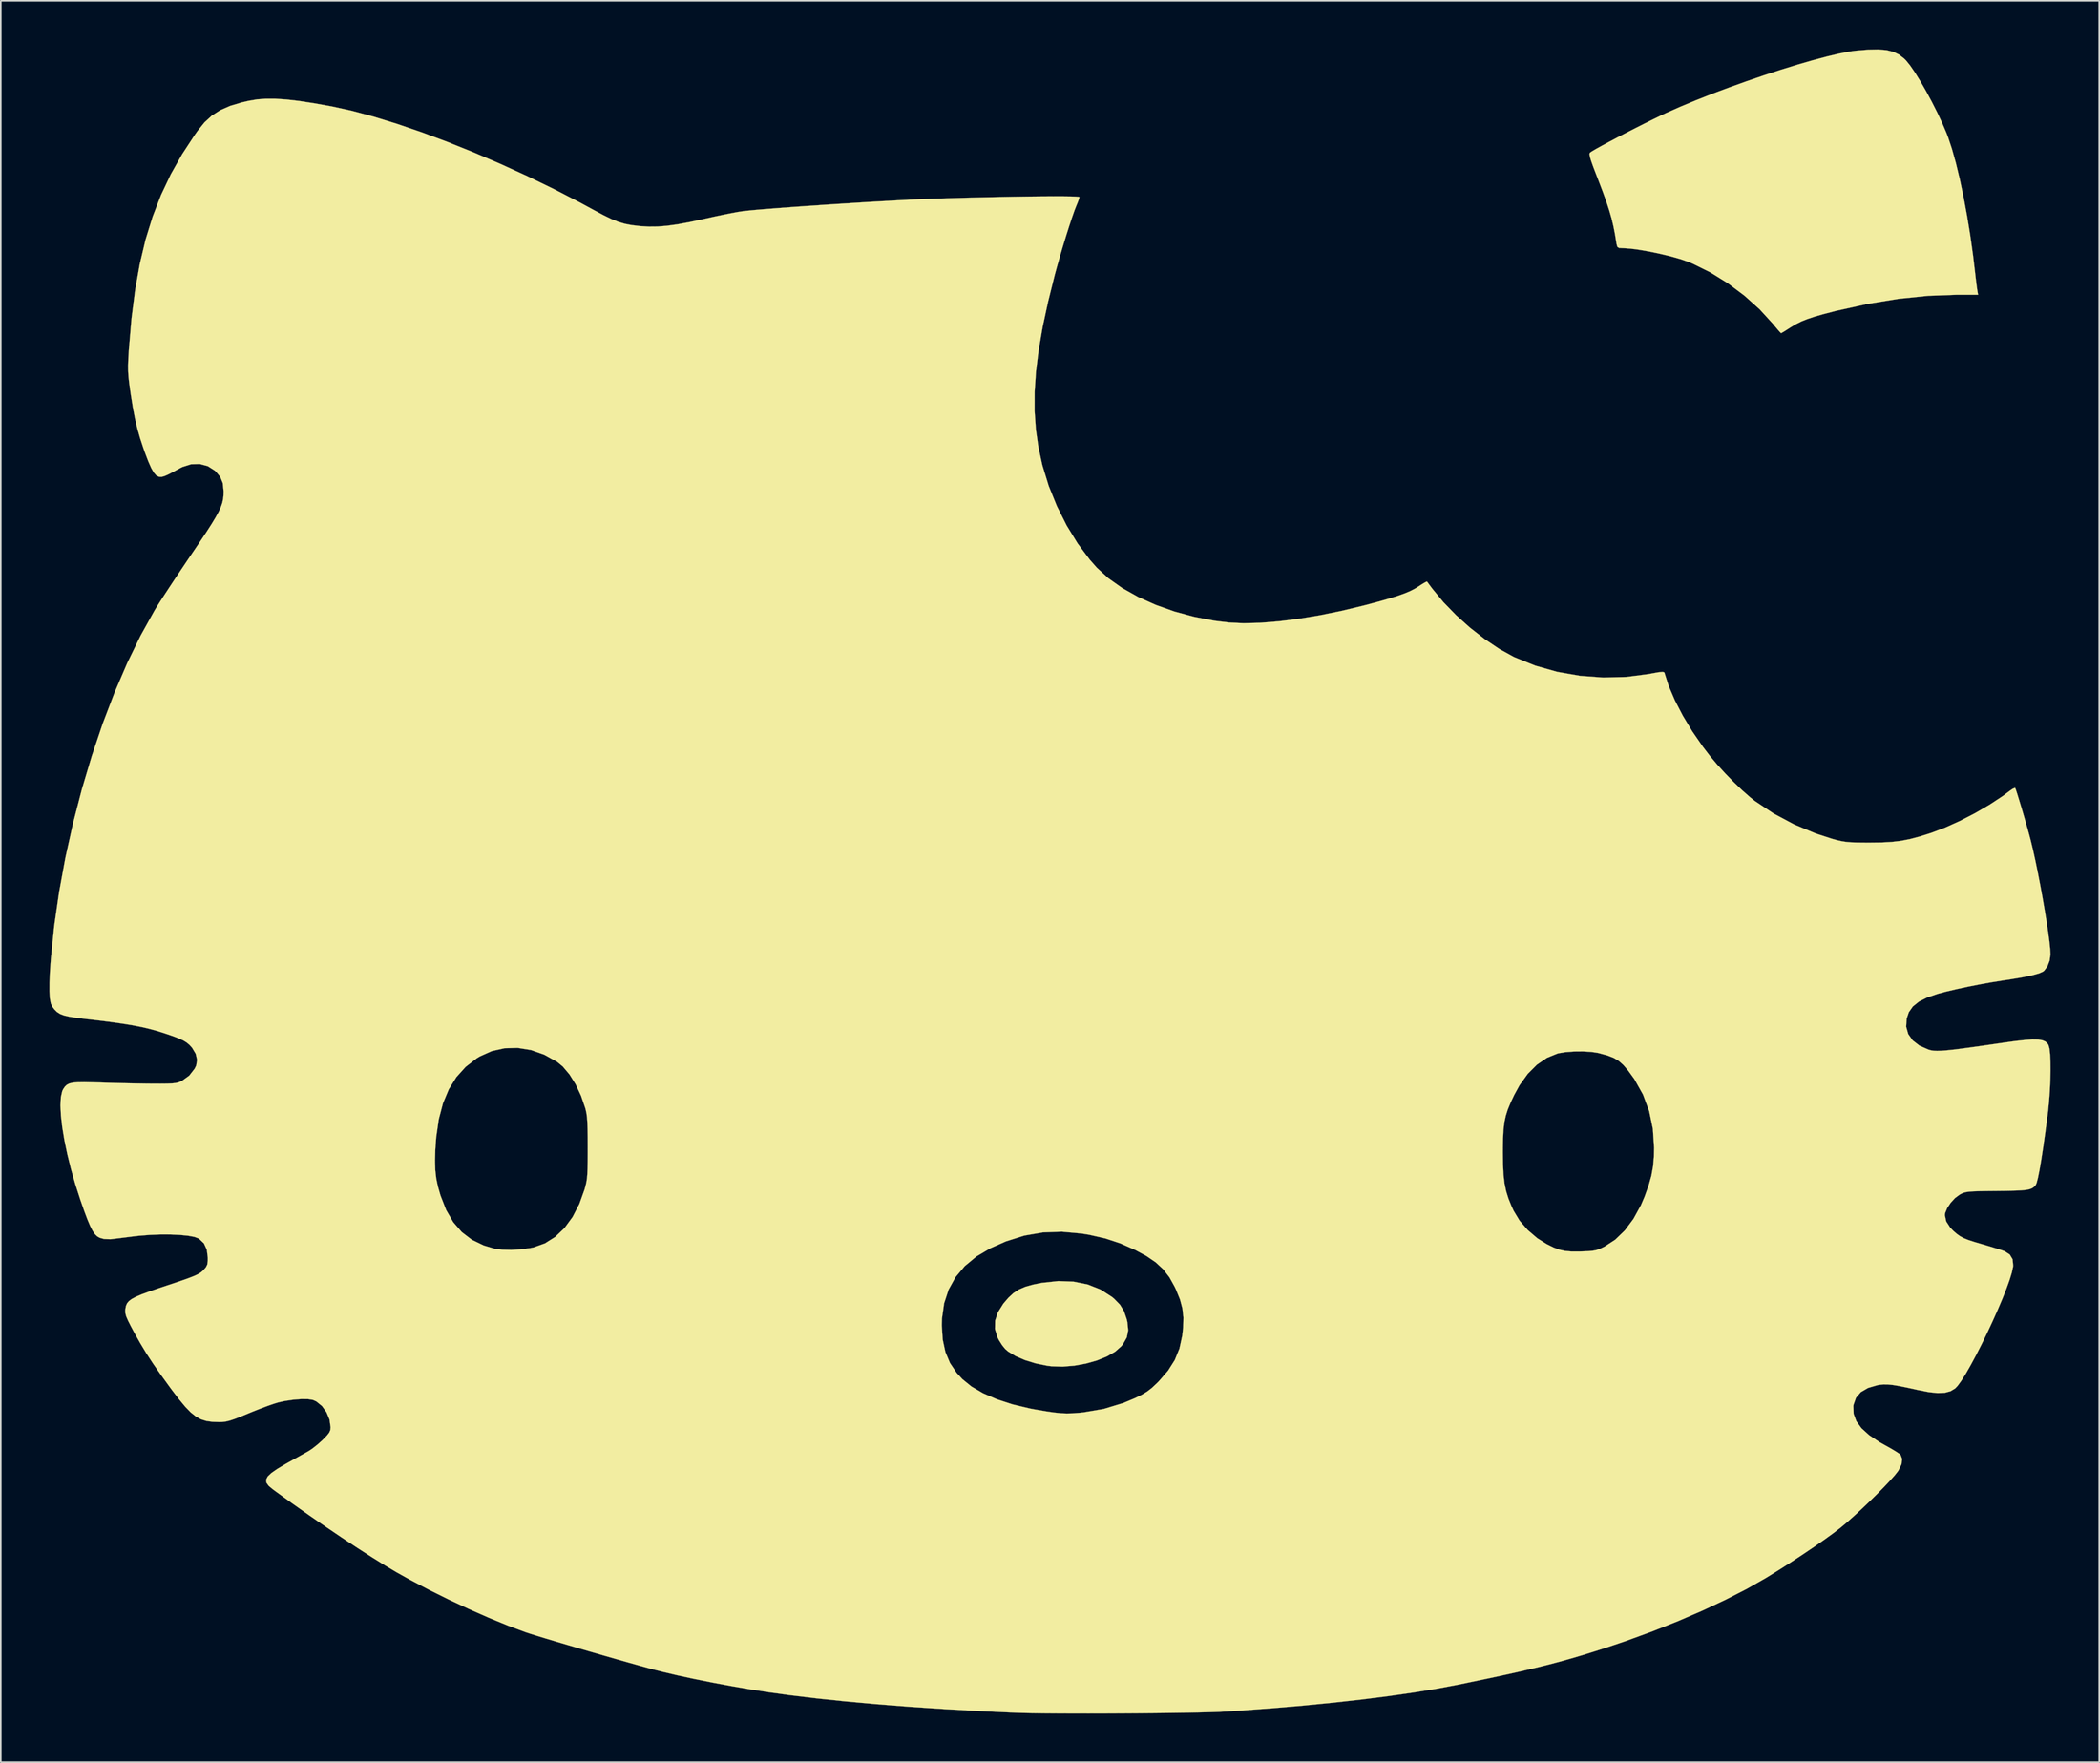
<source format=kicad_pcb>
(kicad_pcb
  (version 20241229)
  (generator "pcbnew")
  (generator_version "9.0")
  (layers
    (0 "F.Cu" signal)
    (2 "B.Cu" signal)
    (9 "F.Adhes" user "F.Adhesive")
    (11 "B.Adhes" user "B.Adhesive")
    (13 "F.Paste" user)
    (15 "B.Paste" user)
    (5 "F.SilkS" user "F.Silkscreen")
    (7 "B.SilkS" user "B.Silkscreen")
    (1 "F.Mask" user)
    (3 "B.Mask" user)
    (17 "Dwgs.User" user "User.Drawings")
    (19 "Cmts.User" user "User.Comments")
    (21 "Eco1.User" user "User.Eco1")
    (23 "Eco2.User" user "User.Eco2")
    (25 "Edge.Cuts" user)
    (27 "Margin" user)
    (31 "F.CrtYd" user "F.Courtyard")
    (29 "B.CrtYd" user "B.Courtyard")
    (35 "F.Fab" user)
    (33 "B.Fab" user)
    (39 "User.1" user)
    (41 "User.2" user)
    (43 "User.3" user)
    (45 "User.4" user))
  (footprint "HELLO_KITTY"
    (layer "F.Cu")
    (at 62.151 50.879)
    (property "Reference" "HELLO_KITTY" (at 0 0 0) (layer "F.SilkS") (effects (font (size 1.524 1.524) (thickness 0.3))))
    (attr through_hole)
    (fp_poly (pts (xy 1.081 25.2) (xy 1.955 25.377) (xy 2.749 25.693) (xy 3.451 26.146) (xy 3.58 26.253) (xy 3.94 26.621) (xy 4.188 27.025) (xy 4.357 27.52) (xy 4.398 27.701) (xy 4.448 28.206) (xy 4.363 28.64) (xy 4.131 29.051) (xy 4.019 29.19) (xy 3.644 29.521) (xy 3.134 29.815) (xy 2.522 30.063) (xy 1.841 30.256) (xy 1.124 30.386) (xy 0.401 30.445) (xy -0.293 30.423) (xy -0.547 30.391) (xy -1.266 30.244) (xy -1.929 30.04) (xy -2.504 29.792) (xy -2.96 29.513) (xy -3.146 29.353) (xy -3.337 29.117) (xy -3.531 28.81) (xy -3.623 28.629) (xy -3.775 28.122) (xy -3.766 27.611) (xy -3.593 27.09) (xy -3.256 26.554) (xy -2.944 26.192) (xy -2.635 25.906) (xy -2.295 25.685) (xy -1.889 25.512) (xy -1.38 25.372) (xy -0.874 25.273) (xy 0.134 25.165) (xy 1.081 25.2)) (stroke (width 0.01) (type solid)) (fill yes) (layer "F.SilkS"))
    (fp_poly (pts (xy 51.264 -50.831) (xy 51.684 -50.726) (xy 52.037 -50.556) (xy 52.345 -50.316) (xy 52.465 -50.197) (xy 52.72 -49.882) (xy 53.024 -49.439) (xy 53.359 -48.898) (xy 53.71 -48.286) (xy 54.062 -47.634) (xy 54.398 -46.97) (xy 54.702 -46.323) (xy 54.959 -45.722) (xy 55.058 -45.466) (xy 55.301 -44.735) (xy 55.545 -43.86) (xy 55.785 -42.865) (xy 56.015 -41.775) (xy 56.231 -40.613) (xy 56.429 -39.406) (xy 56.602 -38.177) (xy 56.727 -37.126) (xy 56.772 -36.732) (xy 56.816 -36.372) (xy 56.853 -36.099) (xy 56.867 -36.005) (xy 56.915 -35.729) (xy 55.591 -35.729) (xy 53.841 -35.666) (xy 52.004 -35.478) (xy 50.102 -35.168) (xy 48.159 -34.739) (xy 48.048 -34.711) (xy 47.363 -34.533) (xy 46.813 -34.376) (xy 46.368 -34.227) (xy 45.995 -34.077) (xy 45.665 -33.912) (xy 45.346 -33.722) (xy 45.303 -33.695) (xy 45.047 -33.531) (xy 44.852 -33.412) (xy 44.756 -33.359) (xy 44.753 -33.359) (xy 44.69 -33.42) (xy 44.546 -33.583) (xy 44.347 -33.819) (xy 44.237 -33.952) (xy 43.428 -34.835) (xy 42.491 -35.675) (xy 41.466 -36.443) (xy 40.391 -37.11) (xy 39.305 -37.648) (xy 39.019 -37.766) (xy 38.543 -37.931) (xy 37.962 -38.095) (xy 37.321 -38.251) (xy 36.661 -38.39) (xy 36.027 -38.501) (xy 35.462 -38.577) (xy 35.009 -38.608) (xy 34.972 -38.608) (xy 34.754 -38.619) (xy 34.649 -38.684) (xy 34.601 -38.848) (xy 34.588 -38.925) (xy 34.501 -39.464) (xy 34.405 -39.954) (xy 34.293 -40.427) (xy 34.153 -40.916) (xy 33.978 -41.452) (xy 33.757 -42.066) (xy 33.482 -42.79) (xy 33.348 -43.135) (xy 33.157 -43.633) (xy 33.027 -43.997) (xy 32.953 -44.246) (xy 32.928 -44.404) (xy 32.946 -44.489) (xy 32.957 -44.501) (xy 33.083 -44.587) (xy 33.338 -44.736) (xy 33.7 -44.936) (xy 34.146 -45.176) (xy 34.653 -45.444) (xy 35.2 -45.728) (xy 35.763 -46.016) (xy 36.319 -46.297) (xy 36.847 -46.559) (xy 37.323 -46.79) (xy 37.65 -46.944) (xy 38.524 -47.332) (xy 39.48 -47.73) (xy 40.496 -48.131) (xy 41.553 -48.527) (xy 42.63 -48.913) (xy 43.706 -49.281) (xy 44.763 -49.626) (xy 45.778 -49.939) (xy 46.733 -50.215) (xy 47.606 -50.447) (xy 48.377 -50.628) (xy 49.027 -50.752) (xy 49.361 -50.797) (xy 50.126 -50.861) (xy 50.753 -50.874) (xy 51.264 -50.831)) (stroke (width 0.01) (type solid)) (fill yes) (layer "F.SilkS"))
    (fp_poly (pts (xy -48.195 -47.83) (xy -47.516 -47.785) (xy -46.738 -47.695) (xy -45.838 -47.557) (xy -44.797 -47.372) (xy -44.746 -47.363) (xy -43.512 -47.094) (xy -42.16 -46.733) (xy -40.71 -46.287) (xy -39.18 -45.764) (xy -37.589 -45.171) (xy -35.957 -44.516) (xy -34.303 -43.806) (xy -32.645 -43.049) (xy -31.003 -42.252) (xy -29.396 -41.423) (xy -28.524 -40.95) (xy -27.938 -40.636) (xy -27.454 -40.401) (xy -27.032 -40.231) (xy -26.632 -40.112) (xy -26.215 -40.031) (xy -25.739 -39.974) (xy -25.696 -39.969) (xy -25.158 -39.936) (xy -24.611 -39.941) (xy -24.025 -39.988) (xy -23.37 -40.079) (xy -22.616 -40.219) (xy -21.732 -40.41) (xy -21.717 -40.414) (xy -21.152 -40.539) (xy -20.594 -40.657) (xy -20.082 -40.76) (xy -19.655 -40.839) (xy -19.353 -40.887) (xy -19.346 -40.888) (xy -18.997 -40.926) (xy -18.499 -40.973) (xy -17.872 -41.025) (xy -17.138 -41.083) (xy -16.317 -41.144) (xy -15.428 -41.207) (xy -14.494 -41.271) (xy -13.533 -41.335) (xy -12.566 -41.396) (xy -11.614 -41.455) (xy -10.698 -41.508) (xy -9.837 -41.556) (xy -9.052 -41.597) (xy -8.364 -41.629) (xy -7.792 -41.651) (xy -7.789 -41.651) (xy -6.682 -41.685) (xy -5.593 -41.716) (xy -4.537 -41.742) (xy -3.526 -41.765) (xy -2.573 -41.783) (xy -1.69 -41.796) (xy -0.891 -41.805) (xy -0.188 -41.809) (xy 0.405 -41.808) (xy 0.877 -41.802) (xy 1.213 -41.791) (xy 1.402 -41.774) (xy 1.439 -41.76) (xy 1.408 -41.636) (xy 1.326 -41.417) (xy 1.261 -41.261) (xy 1.141 -40.956) (xy 0.987 -40.518) (xy 0.808 -39.979) (xy 0.614 -39.368) (xy 0.415 -38.717) (xy 0.22 -38.057) (xy 0.039 -37.417) (xy -0.086 -36.957) (xy -0.502 -35.284) (xy -0.834 -33.74) (xy -1.081 -32.311) (xy -1.246 -30.98) (xy -1.328 -29.731) (xy -1.33 -28.548) (xy -1.252 -27.416) (xy -1.095 -26.319) (xy -0.86 -25.24) (xy -0.847 -25.189) (xy -0.459 -23.927) (xy 0.045 -22.682) (xy 0.646 -21.487) (xy 1.328 -20.374) (xy 2.073 -19.376) (xy 2.516 -18.874) (xy 3.229 -18.223) (xy 4.085 -17.618) (xy 5.064 -17.069) (xy 6.145 -16.584) (xy 7.306 -16.172) (xy 8.526 -15.842) (xy 9.784 -15.602) (xy 10.665 -15.494) (xy 11.57 -15.451) (xy 12.606 -15.477) (xy 13.751 -15.569) (xy 14.984 -15.724) (xy 16.282 -15.94) (xy 17.623 -16.213) (xy 18.985 -16.541) (xy 19.05 -16.558) (xy 19.857 -16.773) (xy 20.518 -16.961) (xy 21.056 -17.127) (xy 21.491 -17.28) (xy 21.843 -17.427) (xy 22.134 -17.575) (xy 22.348 -17.706) (xy 22.602 -17.87) (xy 22.794 -17.983) (xy 22.889 -18.024) (xy 22.892 -18.023) (xy 22.952 -17.944) (xy 23.082 -17.769) (xy 23.233 -17.568) (xy 23.905 -16.753) (xy 24.69 -15.945) (xy 25.551 -15.174) (xy 26.454 -14.469) (xy 27.364 -13.859) (xy 28.244 -13.374) (xy 28.296 -13.35) (xy 29.573 -12.833) (xy 30.931 -12.449) (xy 32.341 -12.203) (xy 33.776 -12.096) (xy 35.207 -12.133) (xy 36.607 -12.317) (xy 36.777 -12.35) (xy 37.187 -12.423) (xy 37.441 -12.445) (xy 37.545 -12.416) (xy 37.547 -12.41) (xy 37.811 -11.583) (xy 38.197 -10.683) (xy 38.688 -9.738) (xy 39.269 -8.775) (xy 39.926 -7.823) (xy 40.374 -7.239) (xy 40.813 -6.717) (xy 41.316 -6.166) (xy 41.847 -5.622) (xy 42.372 -5.12) (xy 42.855 -4.695) (xy 43.138 -4.471) (xy 44.296 -3.7) (xy 45.564 -3.024) (xy 46.9 -2.466) (xy 47.902 -2.141) (xy 48.22 -2.055) (xy 48.495 -1.993) (xy 48.766 -1.951) (xy 49.072 -1.925) (xy 49.453 -1.912) (xy 49.946 -1.907) (xy 50.207 -1.906) (xy 50.956 -1.915) (xy 51.588 -1.949) (xy 52.156 -2.016) (xy 52.711 -2.124) (xy 53.306 -2.282) (xy 53.992 -2.497) (xy 54.017 -2.505) (xy 54.874 -2.827) (xy 55.794 -3.242) (xy 56.726 -3.722) (xy 57.62 -4.241) (xy 58.428 -4.773) (xy 58.858 -5.093) (xy 59.048 -5.224) (xy 59.179 -5.281) (xy 59.208 -5.273) (xy 59.253 -5.157) (xy 59.334 -4.909) (xy 59.442 -4.558) (xy 59.57 -4.136) (xy 59.707 -3.673) (xy 59.844 -3.198) (xy 59.974 -2.743) (xy 60.085 -2.339) (xy 60.154 -2.081) (xy 60.293 -1.506) (xy 60.441 -0.841) (xy 60.591 -0.112) (xy 60.741 0.658) (xy 60.885 1.44) (xy 61.019 2.211) (xy 61.139 2.945) (xy 61.239 3.615) (xy 61.317 4.197) (xy 61.366 4.664) (xy 61.383 4.988) (xy 61.333 5.374) (xy 61.197 5.729) (xy 61.001 5.996) (xy 60.925 6.057) (xy 60.681 6.165) (xy 60.271 6.28) (xy 59.693 6.401) (xy 58.947 6.529) (xy 58.409 6.61) (xy 57.748 6.715) (xy 57.022 6.845) (xy 56.277 6.992) (xy 55.563 7.146) (xy 54.925 7.296) (xy 54.441 7.424) (xy 53.775 7.651) (xy 53.264 7.908) (xy 52.89 8.208) (xy 52.64 8.563) (xy 52.505 8.958) (xy 52.474 9.459) (xy 52.601 9.912) (xy 52.877 10.305) (xy 53.294 10.628) (xy 53.846 10.87) (xy 53.903 10.888) (xy 54.037 10.922) (xy 54.193 10.943) (xy 54.385 10.951) (xy 54.631 10.944) (xy 54.944 10.921) (xy 55.341 10.88) (xy 55.838 10.819) (xy 56.449 10.737) (xy 57.191 10.634) (xy 58.079 10.506) (xy 58.448 10.452) (xy 59.196 10.349) (xy 59.796 10.281) (xy 60.266 10.249) (xy 60.624 10.254) (xy 60.888 10.297) (xy 61.075 10.379) (xy 61.204 10.501) (xy 61.26 10.59) (xy 61.32 10.804) (xy 61.361 11.159) (xy 61.383 11.628) (xy 61.387 12.184) (xy 61.373 12.8) (xy 61.342 13.45) (xy 61.293 14.106) (xy 61.228 14.741) (xy 61.211 14.874) (xy 61.067 15.962) (xy 60.935 16.901) (xy 60.814 17.688) (xy 60.706 18.32) (xy 60.61 18.794) (xy 60.529 19.105) (xy 60.464 19.248) (xy 60.362 19.352) (xy 60.245 19.432) (xy 60.091 19.491) (xy 59.878 19.534) (xy 59.582 19.563) (xy 59.181 19.581) (xy 58.653 19.592) (xy 58.077 19.599) (xy 57.457 19.605) (xy 56.981 19.613) (xy 56.624 19.625) (xy 56.363 19.643) (xy 56.173 19.67) (xy 56.028 19.708) (xy 55.904 19.759) (xy 55.786 19.821) (xy 55.493 20.037) (xy 55.221 20.332) (xy 55.006 20.657) (xy 54.881 20.964) (xy 54.864 21.096) (xy 54.947 21.483) (xy 55.197 21.868) (xy 55.386 22.062) (xy 55.596 22.245) (xy 55.797 22.389) (xy 56.025 22.511) (xy 56.313 22.627) (xy 56.698 22.752) (xy 57.188 22.896) (xy 57.621 23.023) (xy 58.017 23.144) (xy 58.337 23.246) (xy 58.541 23.318) (xy 58.558 23.325) (xy 58.871 23.527) (xy 59.044 23.817) (xy 59.08 24.204) (xy 59.073 24.285) (xy 59.001 24.628) (xy 58.861 25.086) (xy 58.661 25.639) (xy 58.413 26.264) (xy 58.125 26.941) (xy 57.809 27.648) (xy 57.475 28.363) (xy 57.132 29.066) (xy 56.791 29.734) (xy 56.461 30.347) (xy 56.155 30.882) (xy 55.88 31.32) (xy 55.648 31.637) (xy 55.503 31.789) (xy 55.215 31.963) (xy 54.862 32.058) (xy 54.421 32.077) (xy 53.871 32.019) (xy 53.19 31.886) (xy 53.181 31.884) (xy 52.543 31.743) (xy 52.042 31.642) (xy 51.647 31.577) (xy 51.332 31.546) (xy 51.067 31.544) (xy 50.825 31.569) (xy 50.705 31.59) (xy 50.118 31.762) (xy 49.676 32.02) (xy 49.379 32.365) (xy 49.226 32.797) (xy 49.213 32.884) (xy 49.231 33.358) (xy 49.398 33.812) (xy 49.717 34.251) (xy 50.194 34.682) (xy 50.834 35.11) (xy 51.181 35.305) (xy 51.531 35.5) (xy 51.83 35.679) (xy 52.043 35.82) (xy 52.131 35.893) (xy 52.229 36.153) (xy 52.185 36.479) (xy 52 36.854) (xy 51.97 36.899) (xy 51.781 37.141) (xy 51.488 37.471) (xy 51.113 37.868) (xy 50.68 38.309) (xy 50.21 38.771) (xy 49.728 39.231) (xy 49.255 39.668) (xy 48.816 40.058) (xy 48.433 40.379) (xy 48.429 40.382) (xy 47.985 40.723) (xy 47.423 41.13) (xy 46.772 41.583) (xy 46.062 42.062) (xy 45.322 42.548) (xy 44.58 43.021) (xy 43.866 43.463) (xy 43.798 43.504) (xy 42.631 44.168) (xy 41.322 44.839) (xy 39.896 45.508) (xy 38.379 46.163) (xy 36.796 46.792) (xy 35.173 47.384) (xy 33.994 47.782) (xy 33.211 48.033) (xy 32.472 48.262) (xy 31.756 48.473) (xy 31.039 48.673) (xy 30.3 48.867) (xy 29.517 49.06) (xy 28.667 49.259) (xy 27.73 49.468) (xy 26.683 49.693) (xy 25.503 49.939) (xy 24.765 50.091) (xy 23.503 50.329) (xy 22.089 50.56) (xy 20.541 50.782) (xy 18.874 50.993) (xy 17.108 51.19) (xy 15.258 51.372) (xy 13.342 51.536) (xy 11.377 51.681) (xy 10.499 51.739) (xy 10.069 51.76) (xy 9.491 51.779) (xy 8.785 51.797) (xy 7.972 51.813) (xy 7.073 51.826) (xy 6.108 51.838) (xy 5.098 51.847) (xy 4.065 51.854) (xy 3.028 51.859) (xy 2.009 51.861) (xy 1.028 51.86) (xy 0.106 51.856) (xy -0.736 51.85) (xy -1.477 51.84) (xy -2.097 51.827) (xy -2.498 51.814) (xy -4.718 51.712) (xy -6.897 51.59) (xy -9.017 51.448) (xy -11.058 51.288) (xy -13.003 51.111) (xy -14.831 50.92) (xy -16.524 50.716) (xy -17.78 50.542) (xy -18.877 50.371) (xy -20.021 50.174) (xy -21.173 49.96) (xy -22.293 49.736) (xy -23.343 49.51) (xy -24.282 49.29) (xy -24.68 49.189) (xy -25.133 49.068) (xy -25.697 48.913) (xy -26.349 48.73) (xy -27.066 48.527) (xy -27.827 48.309) (xy -28.608 48.084) (xy -29.386 47.857) (xy -30.14 47.636) (xy -30.846 47.427) (xy -31.483 47.237) (xy -32.026 47.071) (xy -32.454 46.938) (xy -32.744 46.843) (xy -32.766 46.835) (xy -33.841 46.434) (xy -35.015 45.953) (xy -36.247 45.41) (xy -37.498 44.825) (xy -38.728 44.215) (xy -39.897 43.599) (xy -40.725 43.137) (xy -41.428 42.718) (xy -42.242 42.211) (xy -43.141 41.632) (xy -44.102 40.997) (xy -45.101 40.321) (xy -46.115 39.621) (xy -47.119 38.913) (xy -48.09 38.213) (xy -48.366 38.01) (xy -48.612 37.804) (xy -48.75 37.615) (xy -48.773 37.429) (xy -48.674 37.233) (xy -48.445 37.013) (xy -48.077 36.758) (xy -47.564 36.453) (xy -47.39 36.355) (xy -47.002 36.139) (xy -46.628 35.93) (xy -46.316 35.755) (xy -46.147 35.661) (xy -45.897 35.493) (xy -45.594 35.253) (xy -45.299 34.99) (xy -45.28 34.971) (xy -45.026 34.713) (xy -44.877 34.524) (xy -44.806 34.363) (xy -44.789 34.191) (xy -44.856 33.714) (xy -45.043 33.262) (xy -45.322 32.877) (xy -45.668 32.597) (xy -45.876 32.502) (xy -46.172 32.453) (xy -46.587 32.448) (xy -47.077 32.486) (xy -47.599 32.563) (xy -48.002 32.649) (xy -48.276 32.731) (xy -48.662 32.864) (xy -49.119 33.035) (xy -49.604 33.226) (xy -49.847 33.326) (xy -50.349 33.533) (xy -50.73 33.681) (xy -51.023 33.778) (xy -51.26 33.835) (xy -51.475 33.861) (xy -51.667 33.866) (xy -52.095 33.852) (xy -52.465 33.799) (xy -52.796 33.695) (xy -53.109 33.523) (xy -53.424 33.27) (xy -53.763 32.921) (xy -54.145 32.462) (xy -54.592 31.877) (xy -54.726 31.695) (xy -55.285 30.925) (xy -55.758 30.244) (xy -56.169 29.614) (xy -56.543 28.995) (xy -56.906 28.351) (xy -57.103 27.982) (xy -57.146 27.898) (xy -7.06 27.898) (xy -7.003 28.779) (xy -6.837 29.547) (xy -6.553 30.225) (xy -6.141 30.836) (xy -5.791 31.217) (xy -5.226 31.675) (xy -4.51 32.092) (xy -3.659 32.461) (xy -2.689 32.777) (xy -1.616 33.032) (xy -1.252 33.1) (xy -0.629 33.206) (xy -0.131 33.279) (xy 0.285 33.322) (xy 0.661 33.337) (xy 1.038 33.327) (xy 1.459 33.295) (xy 1.693 33.271) (xy 2.942 33.058) (xy 4.16 32.688) (xy 4.874 32.389) (xy 5.297 32.18) (xy 5.624 31.983) (xy 5.917 31.755) (xy 6.239 31.452) (xy 6.342 31.348) (xy 6.909 30.696) (xy 7.327 30.036) (xy 7.614 29.329) (xy 7.786 28.537) (xy 7.84 28.039) (xy 7.856 27.416) (xy 7.796 26.854) (xy 7.647 26.296) (xy 7.399 25.684) (xy 7.322 25.52) (xy 6.997 24.935) (xy 6.616 24.44) (xy 6.151 24.008) (xy 5.572 23.613) (xy 4.89 23.245) (xy 3.961 22.835) (xy 3.034 22.529) (xy 2.043 22.305) (xy 1.582 22.229) (xy 0.355 22.117) (xy -0.819 22.158) (xy -1.964 22.355) (xy -3.1 22.712) (xy -4.064 23.137) (xy -4.926 23.645) (xy -5.643 24.24) (xy -6.213 24.92) (xy -6.638 25.686) (xy -6.917 26.537) (xy -7.048 27.473) (xy -7.06 27.898) (xy -57.146 27.898) (xy -57.291 27.613) (xy -57.406 27.348) (xy -57.46 27.146) (xy -57.468 26.967) (xy -57.459 26.882) (xy -57.424 26.7) (xy -57.358 26.544) (xy -57.244 26.404) (xy -57.065 26.269) (xy -56.803 26.13) (xy -56.441 25.977) (xy -55.962 25.801) (xy -55.348 25.59) (xy -54.934 25.452) (xy -54.299 25.241) (xy -53.804 25.071) (xy -53.429 24.933) (xy -53.15 24.82) (xy -52.948 24.722) (xy -52.801 24.63) (xy -52.687 24.535) (xy -52.65 24.498) (xy -52.485 24.308) (xy -52.401 24.136) (xy -52.372 23.908) (xy -52.371 23.723) (xy -52.433 23.223) (xy -52.609 22.838) (xy -52.908 22.553) (xy -52.941 22.532) (xy -53.192 22.437) (xy -53.582 22.364) (xy -54.082 22.314) (xy -54.663 22.288) (xy -55.298 22.287) (xy -55.956 22.312) (xy -56.61 22.364) (xy -56.896 22.396) (xy -57.351 22.453) (xy -57.777 22.506) (xy -58.129 22.55) (xy -58.363 22.578) (xy -58.384 22.58) (xy -58.776 22.565) (xy -59.044 22.489) (xy -59.196 22.403) (xy -59.337 22.266) (xy -59.479 22.06) (xy -59.63 21.766) (xy -59.799 21.365) (xy -59.996 20.84) (xy -60.23 20.171) (xy -60.243 20.133) (xy -60.55 19.182) (xy -60.818 18.243) (xy -60.939 17.753) (xy -38.345 17.753) (xy -38.328 18.316) (xy -38.272 18.818) (xy -38.169 19.313) (xy -38.015 19.852) (xy -38 19.897) (xy -37.653 20.784) (xy -37.22 21.529) (xy -36.695 22.137) (xy -36.071 22.614) (xy -35.341 22.966) (xy -34.674 23.164) (xy -34.207 23.228) (xy -33.639 23.242) (xy -33.032 23.207) (xy -32.447 23.125) (xy -32.246 23.083) (xy -31.554 22.836) (xy -30.92 22.435) (xy -30.35 21.89) (xy -29.852 21.21) (xy -29.434 20.403) (xy -29.115 19.516) (xy -29.049 19.281) (xy -29 19.062) (xy -28.964 18.831) (xy -28.94 18.559) (xy -28.926 18.215) (xy -28.918 17.772) (xy -28.915 17.23) (xy 27.579 17.23) (xy 27.588 17.984) (xy 27.619 18.608) (xy 27.68 19.138) (xy 27.778 19.611) (xy 27.919 20.065) (xy 28.11 20.538) (xy 28.24 20.82) (xy 28.609 21.432) (xy 29.11 22.011) (xy 29.704 22.519) (xy 30.279 22.88) (xy 30.697 23.087) (xy 31.056 23.224) (xy 31.409 23.304) (xy 31.811 23.339) (xy 32.317 23.339) (xy 32.427 23.336) (xy 32.845 23.32) (xy 33.146 23.292) (xy 33.384 23.241) (xy 33.612 23.155) (xy 33.864 23.033) (xy 34.513 22.611) (xy 35.108 22.037) (xy 35.641 21.323) (xy 36.103 20.48) (xy 36.332 19.942) (xy 36.578 19.257) (xy 36.748 18.657) (xy 36.852 18.081) (xy 36.904 17.469) (xy 36.915 16.931) (xy 36.839 15.764) (xy 36.611 14.67) (xy 36.23 13.646) (xy 35.695 12.69) (xy 35.308 12.159) (xy 35.018 11.822) (xy 34.739 11.573) (xy 34.425 11.386) (xy 34.035 11.235) (xy 33.525 11.096) (xy 33.459 11.08) (xy 33.042 11.015) (xy 32.526 10.985) (xy 31.974 10.99) (xy 31.451 11.028) (xy 31.018 11.098) (xy 30.953 11.115) (xy 30.299 11.38) (xy 29.682 11.801) (xy 29.115 12.368) (xy 28.608 13.069) (xy 28.277 13.674) (xy 28.051 14.154) (xy 27.879 14.572) (xy 27.755 14.965) (xy 27.67 15.368) (xy 27.617 15.819) (xy 27.589 16.355) (xy 27.579 17.013) (xy 27.579 17.23) (xy -28.915 17.23) (xy -28.915 17.199) (xy -28.915 16.933) (xy -28.917 16.275) (xy -28.925 15.758) (xy -28.939 15.357) (xy -28.963 15.045) (xy -28.997 14.793) (xy -29.044 14.576) (xy -29.066 14.492) (xy -29.331 13.719) (xy -29.662 13.014) (xy -30.043 12.404) (xy -30.458 11.914) (xy -30.814 11.621) (xy -31.603 11.184) (xy -32.418 10.899) (xy -33.241 10.767) (xy -34.054 10.789) (xy -34.841 10.964) (xy -35.583 11.295) (xy -35.775 11.412) (xy -36.455 11.938) (xy -37.026 12.571) (xy -37.491 13.317) (xy -37.852 14.182) (xy -38.112 15.171) (xy -38.274 16.292) (xy -38.328 17.075) (xy -38.345 17.753) (xy -60.939 17.753) (xy -61.043 17.332) (xy -61.223 16.467) (xy -61.356 15.665) (xy -61.438 14.944) (xy -61.468 14.32) (xy -61.442 13.812) (xy -61.357 13.435) (xy -61.298 13.312) (xy -61.195 13.161) (xy -61.077 13.048) (xy -60.922 12.967) (xy -60.706 12.916) (xy -60.406 12.889) (xy -59.999 12.883) (xy -59.461 12.894) (xy -59.013 12.908) (xy -58.354 12.929) (xy -57.617 12.947) (xy -56.869 12.962) (xy -56.18 12.973) (xy -55.838 12.976) (xy -55.286 12.978) (xy -54.875 12.974) (xy -54.576 12.962) (xy -54.359 12.939) (xy -54.195 12.902) (xy -54.057 12.85) (xy -53.964 12.804) (xy -53.517 12.482) (xy -53.183 12.052) (xy -53.089 11.86) (xy -53.031 11.509) (xy -53.119 11.129) (xy -53.344 10.754) (xy -53.511 10.573) (xy -53.678 10.434) (xy -53.885 10.307) (xy -54.164 10.179) (xy -54.545 10.035) (xy -55.004 9.878) (xy -55.479 9.728) (xy -55.955 9.597) (xy -56.457 9.48) (xy -57.009 9.373) (xy -57.639 9.27) (xy -58.369 9.167) (xy -59.227 9.059) (xy -59.877 8.984) (xy -60.465 8.912) (xy -60.912 8.842) (xy -61.246 8.765) (xy -61.494 8.67) (xy -61.685 8.546) (xy -61.845 8.385) (xy -61.973 8.217) (xy -62.061 8.021) (xy -62.119 7.715) (xy -62.146 7.288) (xy -62.144 6.728) (xy -62.112 6.024) (xy -62.059 5.283) (xy -61.852 3.235) (xy -61.55 1.144) (xy -61.162 -0.971) (xy -60.692 -3.089) (xy -60.147 -5.189) (xy -59.534 -7.249) (xy -58.859 -9.25) (xy -58.127 -11.17) (xy -57.345 -12.988) (xy -56.52 -14.683) (xy -55.658 -16.236) (xy -55.558 -16.402) (xy -55.382 -16.682) (xy -55.127 -17.078) (xy -54.807 -17.567) (xy -54.44 -18.123) (xy -54.039 -18.723) (xy -53.622 -19.344) (xy -53.349 -19.746) (xy -52.859 -20.471) (xy -52.457 -21.075) (xy -52.136 -21.575) (xy -51.886 -21.989) (xy -51.698 -22.333) (xy -51.564 -22.624) (xy -51.476 -22.881) (xy -51.423 -23.12) (xy -51.399 -23.358) (xy -51.393 -23.598) (xy -51.443 -24.096) (xy -51.605 -24.496) (xy -51.898 -24.841) (xy -51.929 -24.869) (xy -52.371 -25.15) (xy -52.872 -25.282) (xy -53.405 -25.265) (xy -53.944 -25.096) (xy -54.1 -25.017) (xy -54.527 -24.785) (xy -54.835 -24.627) (xy -55.054 -24.532) (xy -55.212 -24.49) (xy -55.337 -24.488) (xy -55.403 -24.501) (xy -55.551 -24.579) (xy -55.702 -24.751) (xy -55.862 -25.032) (xy -56.042 -25.439) (xy -56.25 -25.987) (xy -56.344 -26.251) (xy -56.55 -26.875) (xy -56.72 -27.472) (xy -56.865 -28.089) (xy -56.996 -28.773) (xy -57.123 -29.571) (xy -57.149 -29.749) (xy -57.218 -30.244) (xy -57.263 -30.642) (xy -57.287 -30.995) (xy -57.291 -31.354) (xy -57.276 -31.769) (xy -57.245 -32.291) (xy -57.236 -32.416) (xy -57.076 -34.296) (xy -56.854 -36.033) (xy -56.567 -37.643) (xy -56.209 -39.146) (xy -55.773 -40.556) (xy -55.256 -41.892) (xy -54.651 -43.171) (xy -53.952 -44.41) (xy -53.156 -45.625) (xy -52.988 -45.862) (xy -52.572 -46.375) (xy -52.12 -46.789) (xy -51.604 -47.121) (xy -50.994 -47.389) (xy -50.261 -47.608) (xy -49.825 -47.708) (xy -49.329 -47.791) (xy -48.792 -47.832) (xy -48.195 -47.83)) (stroke (width 0.01) (type solid)) (fill yes) (layer "F.SilkS")))
  (gr_rect
    (start -3 -3)
    (end 126.544 105.745)
    (stroke (width 0.1) (type default))
    (fill no)
    (layer "Edge.Cuts")))
</source>
